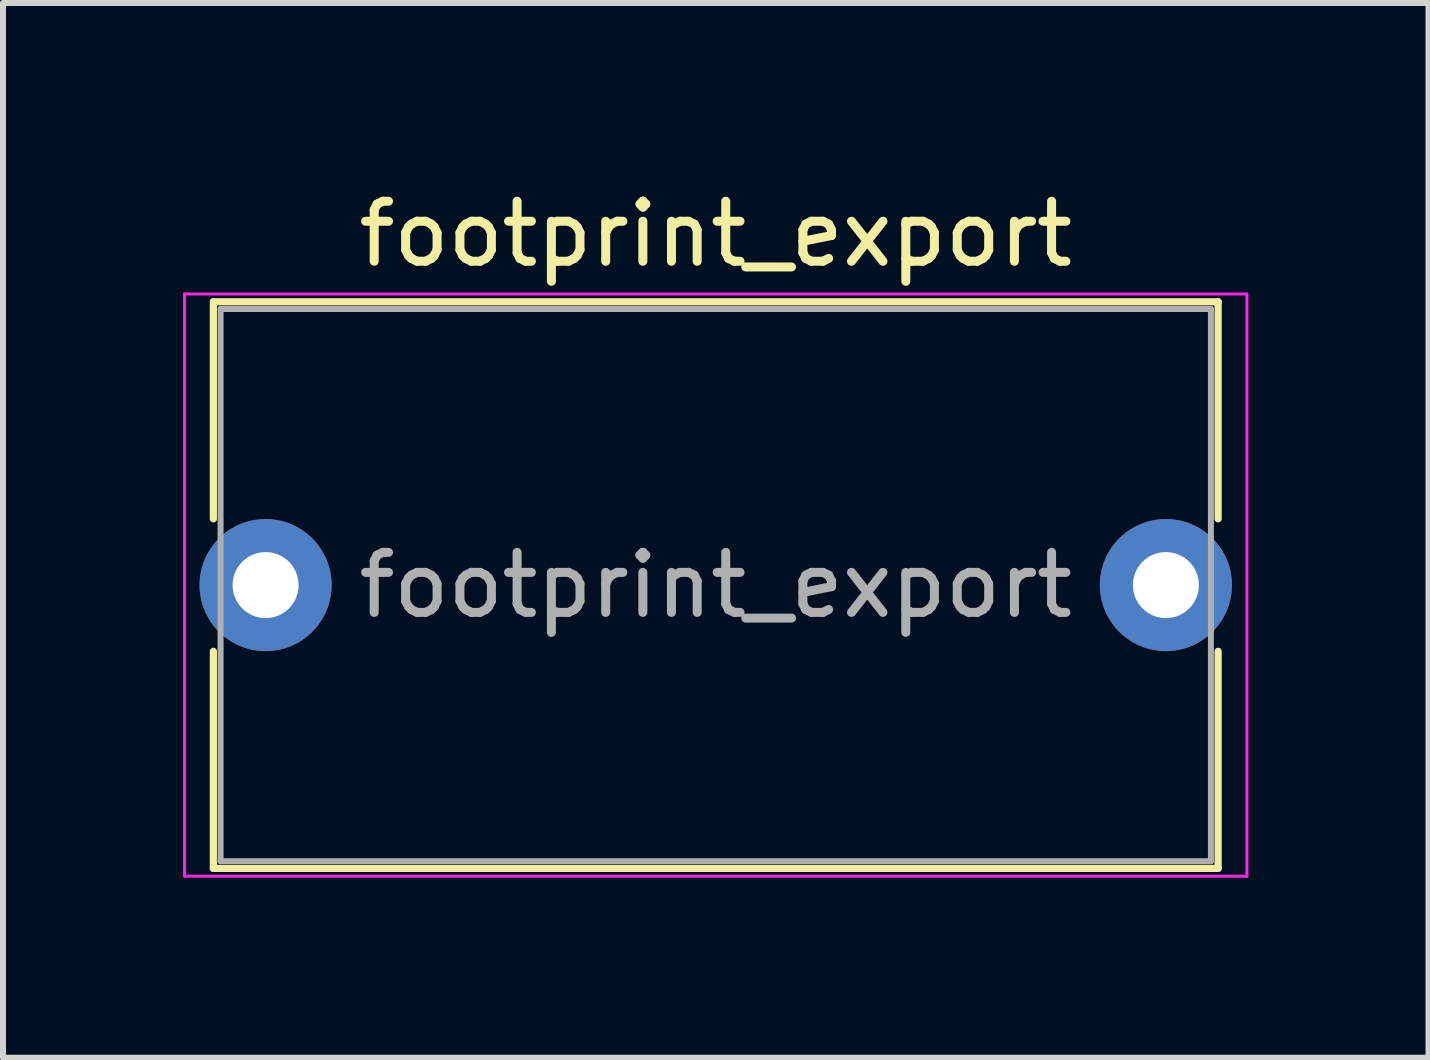
<source format=kicad_pcb>
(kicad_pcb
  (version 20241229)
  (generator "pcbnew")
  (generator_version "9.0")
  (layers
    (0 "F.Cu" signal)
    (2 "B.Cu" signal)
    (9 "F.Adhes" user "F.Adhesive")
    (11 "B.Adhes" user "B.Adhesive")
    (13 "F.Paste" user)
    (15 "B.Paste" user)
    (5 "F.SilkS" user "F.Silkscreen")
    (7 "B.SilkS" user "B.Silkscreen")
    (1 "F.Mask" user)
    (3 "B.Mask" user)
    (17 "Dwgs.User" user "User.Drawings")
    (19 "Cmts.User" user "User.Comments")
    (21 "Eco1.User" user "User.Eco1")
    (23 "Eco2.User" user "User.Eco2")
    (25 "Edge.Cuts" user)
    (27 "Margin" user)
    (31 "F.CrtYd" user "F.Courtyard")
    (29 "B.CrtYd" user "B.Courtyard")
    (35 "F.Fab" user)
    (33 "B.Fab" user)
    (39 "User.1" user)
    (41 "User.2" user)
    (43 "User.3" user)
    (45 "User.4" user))
  (footprint "footprint_export"
    (layer "F.Cu")
    (at 1.375 6.698)
    (property "Reference" "footprint_export" (at 7.5 -5.85 0) (layer "F.SilkS") (effects (font (size 1 1) (thickness 0.15))))
    (attr through_hole)
    (fp_line (start -0.87 -4.72) (end -0.87 -1.104) (stroke (width 0.12) (type solid)) (layer "F.SilkS"))
    (fp_line (start -0.87 -4.72) (end 15.87 -4.72) (stroke (width 0.12) (type solid)) (layer "F.SilkS"))
    (fp_line (start -0.87 1.104) (end -0.87 4.72) (stroke (width 0.12) (type solid)) (layer "F.SilkS"))
    (fp_line (start -0.87 4.72) (end 15.87 4.72) (stroke (width 0.12) (type solid)) (layer "F.SilkS"))
    (fp_line (start 15.87 -4.72) (end 15.87 -1.104) (stroke (width 0.12) (type solid)) (layer "F.SilkS"))
    (fp_line (start 15.87 1.104) (end 15.87 4.72) (stroke (width 0.12) (type solid)) (layer "F.SilkS"))
    (fp_line (start -1.35 -4.85) (end -1.35 4.85) (stroke (width 0.05) (type solid)) (layer "F.CrtYd"))
    (fp_line (start -1.35 4.85) (end 16.35 4.85) (stroke (width 0.05) (type solid)) (layer "F.CrtYd"))
    (fp_line (start 16.35 -4.85) (end -1.35 -4.85) (stroke (width 0.05) (type solid)) (layer "F.CrtYd"))
    (fp_line (start 16.35 4.85) (end 16.35 -4.85) (stroke (width 0.05) (type solid)) (layer "F.CrtYd"))
    (fp_line (start -0.75 -4.6) (end -0.75 4.6) (stroke (width 0.1) (type solid)) (layer "F.Fab"))
    (fp_line (start -0.75 4.6) (end 15.75 4.6) (stroke (width 0.1) (type solid)) (layer "F.Fab"))
    (fp_line (start 15.75 -4.6) (end -0.75 -4.6) (stroke (width 0.1) (type solid)) (layer "F.Fab"))
    (fp_line (start 15.75 4.6) (end 15.75 -4.6) (stroke (width 0.1) (type solid)) (layer "F.Fab"))
    (fp_text user "${REFERENCE}" (at 7.5 0 0) (layer "F.Fab") (effects (font (size 1 1) (thickness 0.15))))
    (pad "1" thru_hole circle (at 0 0) (size 2.2 2.2) (drill 1.1) (layers "*.Cu" "*.Mask"))
    (pad "2" thru_hole circle (at 15 0) (size 2.2 2.2) (drill 1.1) (layers "*.Cu" "*.Mask")))
  (gr_rect
    (start -3 -3)
    (end 20.75 14.573)
    (stroke (width 0.1) (type default))
    (fill no)
    (layer "Edge.Cuts")))
</source>
